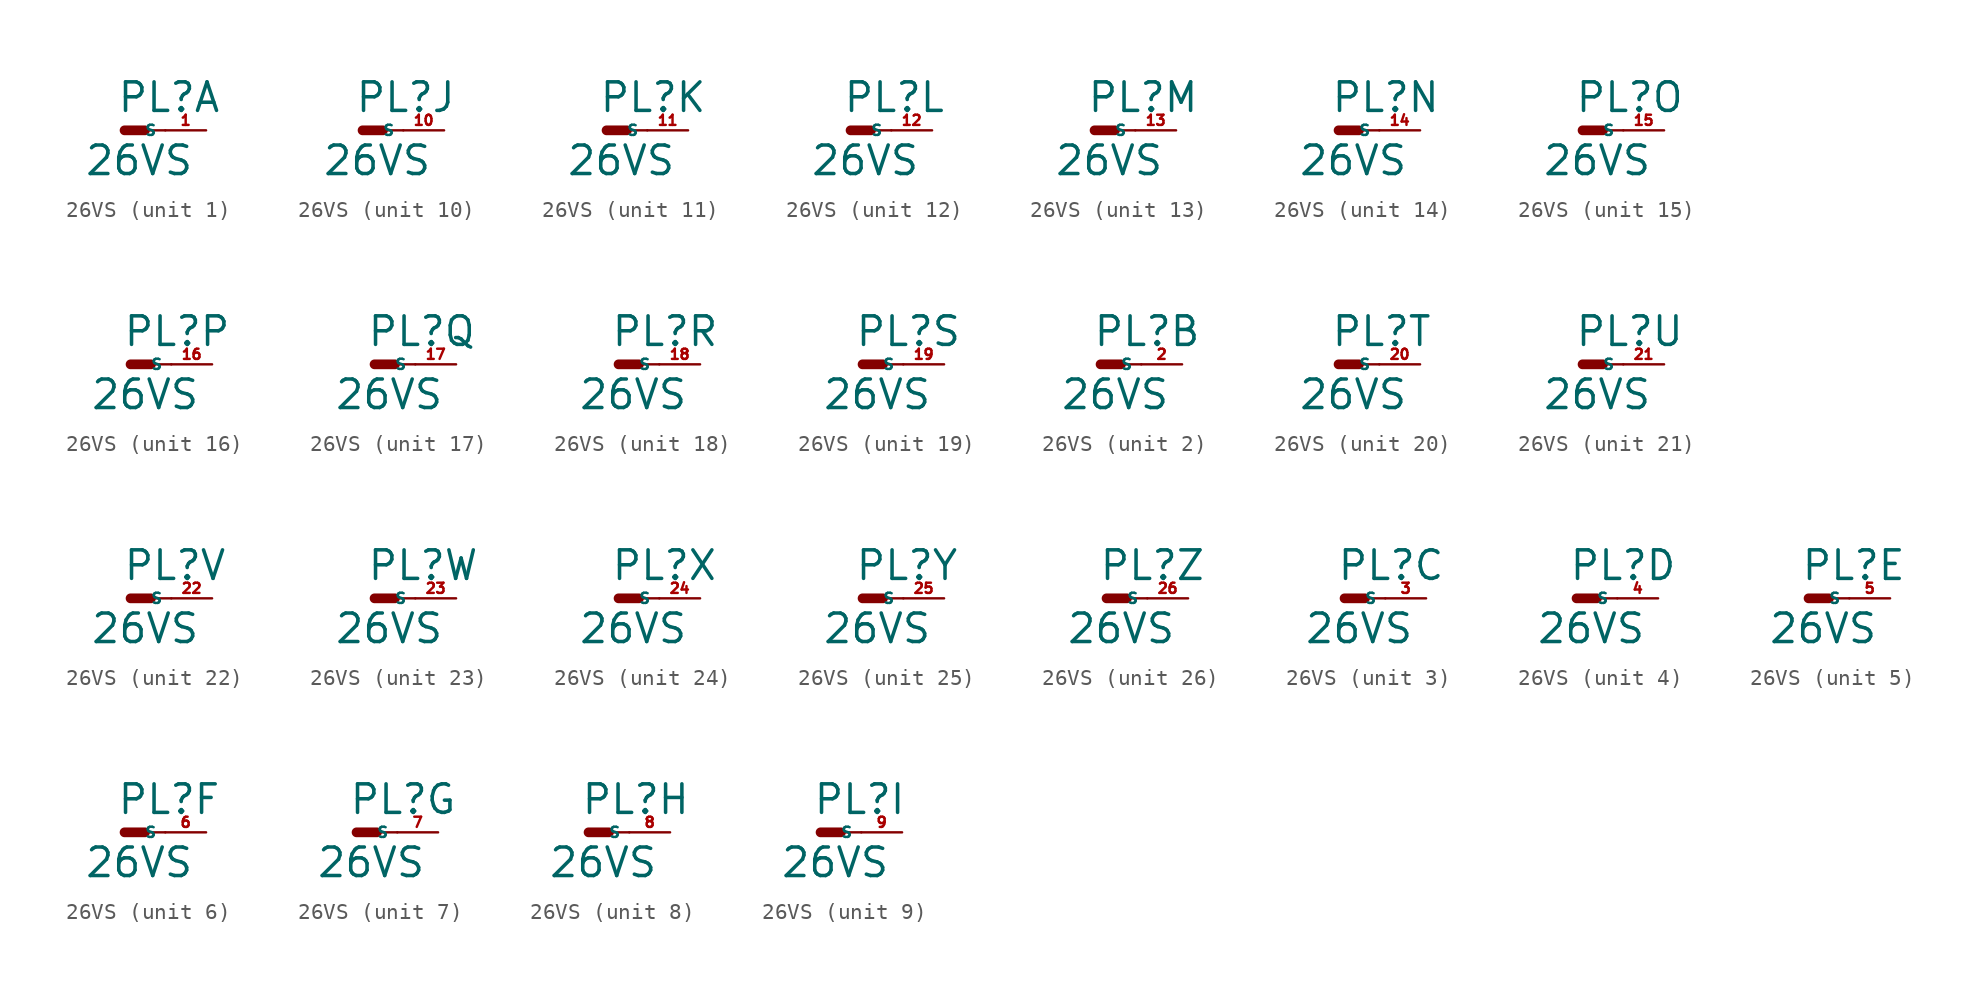
<source format=kicad_sym>
(kicad_symbol_lib
  (version 20220914)
  (generator Eagle2Kicad)
  (symbol "26VS"
    (property "Reference" "PL"
      (at -0.508 1.016 0)
      (effects (font (size 1.778 1.778) (thickness 0.22)) (justify left bottom)))
    (property "Value" "26VS"
      (at -2.54 -2.921 0)
      (effects (font (size 1.778 1.778) (thickness 0.22)) (justify left bottom)))
    (symbol "26VS_1_0"
      (polyline (pts (xy 0 0) (xy 1.27 0)) (stroke (width 0.61) (type default)) (fill (type none)))
      (polyline (pts (xy 2.54 0) (xy 1.27 0)) (stroke (width 0.152) (type default)) (fill (type none)))
      (pin passive line (at 5.08 0 180) (length 2.54) (name "S" (effects (font (size 0.635 0.635) (thickness 0.08)) (justify left bottom))) (number "1" (effects (font (size 0.635 0.635) (thickness 0.08)) (justify left bottom)))))
    (symbol "26VS_2_0"
      (polyline (pts (xy 0 0) (xy 1.27 0)) (stroke (width 0.61) (type default)) (fill (type none)))
      (polyline (pts (xy 2.54 0) (xy 1.27 0)) (stroke (width 0.152) (type default)) (fill (type none)))
      (pin passive line (at 5.08 0 180) (length 2.54) (name "S" (effects (font (size 0.635 0.635) (thickness 0.08)) (justify left bottom))) (number "2" (effects (font (size 0.635 0.635) (thickness 0.08)) (justify left bottom)))))
    (symbol "26VS_3_0"
      (polyline (pts (xy 0 0) (xy 1.27 0)) (stroke (width 0.61) (type default)) (fill (type none)))
      (polyline (pts (xy 2.54 0) (xy 1.27 0)) (stroke (width 0.152) (type default)) (fill (type none)))
      (pin passive line (at 5.08 0 180) (length 2.54) (name "S" (effects (font (size 0.635 0.635) (thickness 0.08)) (justify left bottom))) (number "3" (effects (font (size 0.635 0.635) (thickness 0.08)) (justify left bottom)))))
    (symbol "26VS_4_0"
      (polyline (pts (xy 0 0) (xy 1.27 0)) (stroke (width 0.61) (type default)) (fill (type none)))
      (polyline (pts (xy 2.54 0) (xy 1.27 0)) (stroke (width 0.152) (type default)) (fill (type none)))
      (pin passive line (at 5.08 0 180) (length 2.54) (name "S" (effects (font (size 0.635 0.635) (thickness 0.08)) (justify left bottom))) (number "4" (effects (font (size 0.635 0.635) (thickness 0.08)) (justify left bottom)))))
    (symbol "26VS_5_0"
      (polyline (pts (xy 0 0) (xy 1.27 0)) (stroke (width 0.61) (type default)) (fill (type none)))
      (polyline (pts (xy 2.54 0) (xy 1.27 0)) (stroke (width 0.152) (type default)) (fill (type none)))
      (pin passive line (at 5.08 0 180) (length 2.54) (name "S" (effects (font (size 0.635 0.635) (thickness 0.08)) (justify left bottom))) (number "5" (effects (font (size 0.635 0.635) (thickness 0.08)) (justify left bottom)))))
    (symbol "26VS_6_0"
      (polyline (pts (xy 0 0) (xy 1.27 0)) (stroke (width 0.61) (type default)) (fill (type none)))
      (polyline (pts (xy 2.54 0) (xy 1.27 0)) (stroke (width 0.152) (type default)) (fill (type none)))
      (pin passive line (at 5.08 0 180) (length 2.54) (name "S" (effects (font (size 0.635 0.635) (thickness 0.08)) (justify left bottom))) (number "6" (effects (font (size 0.635 0.635) (thickness 0.08)) (justify left bottom)))))
    (symbol "26VS_7_0"
      (polyline (pts (xy 0 0) (xy 1.27 0)) (stroke (width 0.61) (type default)) (fill (type none)))
      (polyline (pts (xy 2.54 0) (xy 1.27 0)) (stroke (width 0.152) (type default)) (fill (type none)))
      (pin passive line (at 5.08 0 180) (length 2.54) (name "S" (effects (font (size 0.635 0.635) (thickness 0.08)) (justify left bottom))) (number "7" (effects (font (size 0.635 0.635) (thickness 0.08)) (justify left bottom)))))
    (symbol "26VS_8_0"
      (polyline (pts (xy 0 0) (xy 1.27 0)) (stroke (width 0.61) (type default)) (fill (type none)))
      (polyline (pts (xy 2.54 0) (xy 1.27 0)) (stroke (width 0.152) (type default)) (fill (type none)))
      (pin passive line (at 5.08 0 180) (length 2.54) (name "S" (effects (font (size 0.635 0.635) (thickness 0.08)) (justify left bottom))) (number "8" (effects (font (size 0.635 0.635) (thickness 0.08)) (justify left bottom)))))
    (symbol "26VS_9_0"
      (polyline (pts (xy 0 0) (xy 1.27 0)) (stroke (width 0.61) (type default)) (fill (type none)))
      (polyline (pts (xy 2.54 0) (xy 1.27 0)) (stroke (width 0.152) (type default)) (fill (type none)))
      (pin passive line (at 5.08 0 180) (length 2.54) (name "S" (effects (font (size 0.635 0.635) (thickness 0.08)) (justify left bottom))) (number "9" (effects (font (size 0.635 0.635) (thickness 0.08)) (justify left bottom)))))
    (symbol "26VS_10_0"
      (polyline (pts (xy 0 0) (xy 1.27 0)) (stroke (width 0.61) (type default)) (fill (type none)))
      (polyline (pts (xy 2.54 0) (xy 1.27 0)) (stroke (width 0.152) (type default)) (fill (type none)))
      (pin passive line (at 5.08 0 180) (length 2.54) (name "S" (effects (font (size 0.635 0.635) (thickness 0.08)) (justify left bottom))) (number "10" (effects (font (size 0.635 0.635) (thickness 0.08)) (justify left bottom)))))
    (symbol "26VS_11_0"
      (polyline (pts (xy 0 0) (xy 1.27 0)) (stroke (width 0.61) (type default)) (fill (type none)))
      (polyline (pts (xy 2.54 0) (xy 1.27 0)) (stroke (width 0.152) (type default)) (fill (type none)))
      (pin passive line (at 5.08 0 180) (length 2.54) (name "S" (effects (font (size 0.635 0.635) (thickness 0.08)) (justify left bottom))) (number "11" (effects (font (size 0.635 0.635) (thickness 0.08)) (justify left bottom)))))
    (symbol "26VS_12_0"
      (polyline (pts (xy 0 0) (xy 1.27 0)) (stroke (width 0.61) (type default)) (fill (type none)))
      (polyline (pts (xy 2.54 0) (xy 1.27 0)) (stroke (width 0.152) (type default)) (fill (type none)))
      (pin passive line (at 5.08 0 180) (length 2.54) (name "S" (effects (font (size 0.635 0.635) (thickness 0.08)) (justify left bottom))) (number "12" (effects (font (size 0.635 0.635) (thickness 0.08)) (justify left bottom)))))
    (symbol "26VS_13_0"
      (polyline (pts (xy 0 0) (xy 1.27 0)) (stroke (width 0.61) (type default)) (fill (type none)))
      (polyline (pts (xy 2.54 0) (xy 1.27 0)) (stroke (width 0.152) (type default)) (fill (type none)))
      (pin passive line (at 5.08 0 180) (length 2.54) (name "S" (effects (font (size 0.635 0.635) (thickness 0.08)) (justify left bottom))) (number "13" (effects (font (size 0.635 0.635) (thickness 0.08)) (justify left bottom)))))
    (symbol "26VS_14_0"
      (polyline (pts (xy 0 0) (xy 1.27 0)) (stroke (width 0.61) (type default)) (fill (type none)))
      (polyline (pts (xy 2.54 0) (xy 1.27 0)) (stroke (width 0.152) (type default)) (fill (type none)))
      (pin passive line (at 5.08 0 180) (length 2.54) (name "S" (effects (font (size 0.635 0.635) (thickness 0.08)) (justify left bottom))) (number "14" (effects (font (size 0.635 0.635) (thickness 0.08)) (justify left bottom)))))
    (symbol "26VS_15_0"
      (polyline (pts (xy 0 0) (xy 1.27 0)) (stroke (width 0.61) (type default)) (fill (type none)))
      (polyline (pts (xy 2.54 0) (xy 1.27 0)) (stroke (width 0.152) (type default)) (fill (type none)))
      (pin passive line (at 5.08 0 180) (length 2.54) (name "S" (effects (font (size 0.635 0.635) (thickness 0.08)) (justify left bottom))) (number "15" (effects (font (size 0.635 0.635) (thickness 0.08)) (justify left bottom)))))
    (symbol "26VS_16_0"
      (polyline (pts (xy 0 0) (xy 1.27 0)) (stroke (width 0.61) (type default)) (fill (type none)))
      (polyline (pts (xy 2.54 0) (xy 1.27 0)) (stroke (width 0.152) (type default)) (fill (type none)))
      (pin passive line (at 5.08 0 180) (length 2.54) (name "S" (effects (font (size 0.635 0.635) (thickness 0.08)) (justify left bottom))) (number "16" (effects (font (size 0.635 0.635) (thickness 0.08)) (justify left bottom)))))
    (symbol "26VS_17_0"
      (polyline (pts (xy 0 0) (xy 1.27 0)) (stroke (width 0.61) (type default)) (fill (type none)))
      (polyline (pts (xy 2.54 0) (xy 1.27 0)) (stroke (width 0.152) (type default)) (fill (type none)))
      (pin passive line (at 5.08 0 180) (length 2.54) (name "S" (effects (font (size 0.635 0.635) (thickness 0.08)) (justify left bottom))) (number "17" (effects (font (size 0.635 0.635) (thickness 0.08)) (justify left bottom)))))
    (symbol "26VS_18_0"
      (polyline (pts (xy 0 0) (xy 1.27 0)) (stroke (width 0.61) (type default)) (fill (type none)))
      (polyline (pts (xy 2.54 0) (xy 1.27 0)) (stroke (width 0.152) (type default)) (fill (type none)))
      (pin passive line (at 5.08 0 180) (length 2.54) (name "S" (effects (font (size 0.635 0.635) (thickness 0.08)) (justify left bottom))) (number "18" (effects (font (size 0.635 0.635) (thickness 0.08)) (justify left bottom)))))
    (symbol "26VS_19_0"
      (polyline (pts (xy 0 0) (xy 1.27 0)) (stroke (width 0.61) (type default)) (fill (type none)))
      (polyline (pts (xy 2.54 0) (xy 1.27 0)) (stroke (width 0.152) (type default)) (fill (type none)))
      (pin passive line (at 5.08 0 180) (length 2.54) (name "S" (effects (font (size 0.635 0.635) (thickness 0.08)) (justify left bottom))) (number "19" (effects (font (size 0.635 0.635) (thickness 0.08)) (justify left bottom)))))
    (symbol "26VS_20_0"
      (polyline (pts (xy 0 0) (xy 1.27 0)) (stroke (width 0.61) (type default)) (fill (type none)))
      (polyline (pts (xy 2.54 0) (xy 1.27 0)) (stroke (width 0.152) (type default)) (fill (type none)))
      (pin passive line (at 5.08 0 180) (length 2.54) (name "S" (effects (font (size 0.635 0.635) (thickness 0.08)) (justify left bottom))) (number "20" (effects (font (size 0.635 0.635) (thickness 0.08)) (justify left bottom)))))
    (symbol "26VS_21_0"
      (polyline (pts (xy 0 0) (xy 1.27 0)) (stroke (width 0.61) (type default)) (fill (type none)))
      (polyline (pts (xy 2.54 0) (xy 1.27 0)) (stroke (width 0.152) (type default)) (fill (type none)))
      (pin passive line (at 5.08 0 180) (length 2.54) (name "S" (effects (font (size 0.635 0.635) (thickness 0.08)) (justify left bottom))) (number "21" (effects (font (size 0.635 0.635) (thickness 0.08)) (justify left bottom)))))
    (symbol "26VS_22_0"
      (polyline (pts (xy 0 0) (xy 1.27 0)) (stroke (width 0.61) (type default)) (fill (type none)))
      (polyline (pts (xy 2.54 0) (xy 1.27 0)) (stroke (width 0.152) (type default)) (fill (type none)))
      (pin passive line (at 5.08 0 180) (length 2.54) (name "S" (effects (font (size 0.635 0.635) (thickness 0.08)) (justify left bottom))) (number "22" (effects (font (size 0.635 0.635) (thickness 0.08)) (justify left bottom)))))
    (symbol "26VS_23_0"
      (polyline (pts (xy 0 0) (xy 1.27 0)) (stroke (width 0.61) (type default)) (fill (type none)))
      (polyline (pts (xy 2.54 0) (xy 1.27 0)) (stroke (width 0.152) (type default)) (fill (type none)))
      (pin passive line (at 5.08 0 180) (length 2.54) (name "S" (effects (font (size 0.635 0.635) (thickness 0.08)) (justify left bottom))) (number "23" (effects (font (size 0.635 0.635) (thickness 0.08)) (justify left bottom)))))
    (symbol "26VS_24_0"
      (polyline (pts (xy 0 0) (xy 1.27 0)) (stroke (width 0.61) (type default)) (fill (type none)))
      (polyline (pts (xy 2.54 0) (xy 1.27 0)) (stroke (width 0.152) (type default)) (fill (type none)))
      (pin passive line (at 5.08 0 180) (length 2.54) (name "S" (effects (font (size 0.635 0.635) (thickness 0.08)) (justify left bottom))) (number "24" (effects (font (size 0.635 0.635) (thickness 0.08)) (justify left bottom)))))
    (symbol "26VS_25_0"
      (polyline (pts (xy 0 0) (xy 1.27 0)) (stroke (width 0.61) (type default)) (fill (type none)))
      (polyline (pts (xy 2.54 0) (xy 1.27 0)) (stroke (width 0.152) (type default)) (fill (type none)))
      (pin passive line (at 5.08 0 180) (length 2.54) (name "S" (effects (font (size 0.635 0.635) (thickness 0.08)) (justify left bottom))) (number "25" (effects (font (size 0.635 0.635) (thickness 0.08)) (justify left bottom)))))
    (symbol "26VS_26_0"
      (polyline (pts (xy 0 0) (xy 1.27 0)) (stroke (width 0.61) (type default)) (fill (type none)))
      (polyline (pts (xy 2.54 0) (xy 1.27 0)) (stroke (width 0.152) (type default)) (fill (type none)))
      (pin passive line (at 5.08 0 180) (length 2.54) (name "S" (effects (font (size 0.635 0.635) (thickness 0.08)) (justify left bottom))) (number "26" (effects (font (size 0.635 0.635) (thickness 0.08)) (justify left bottom)))))))
</source>
